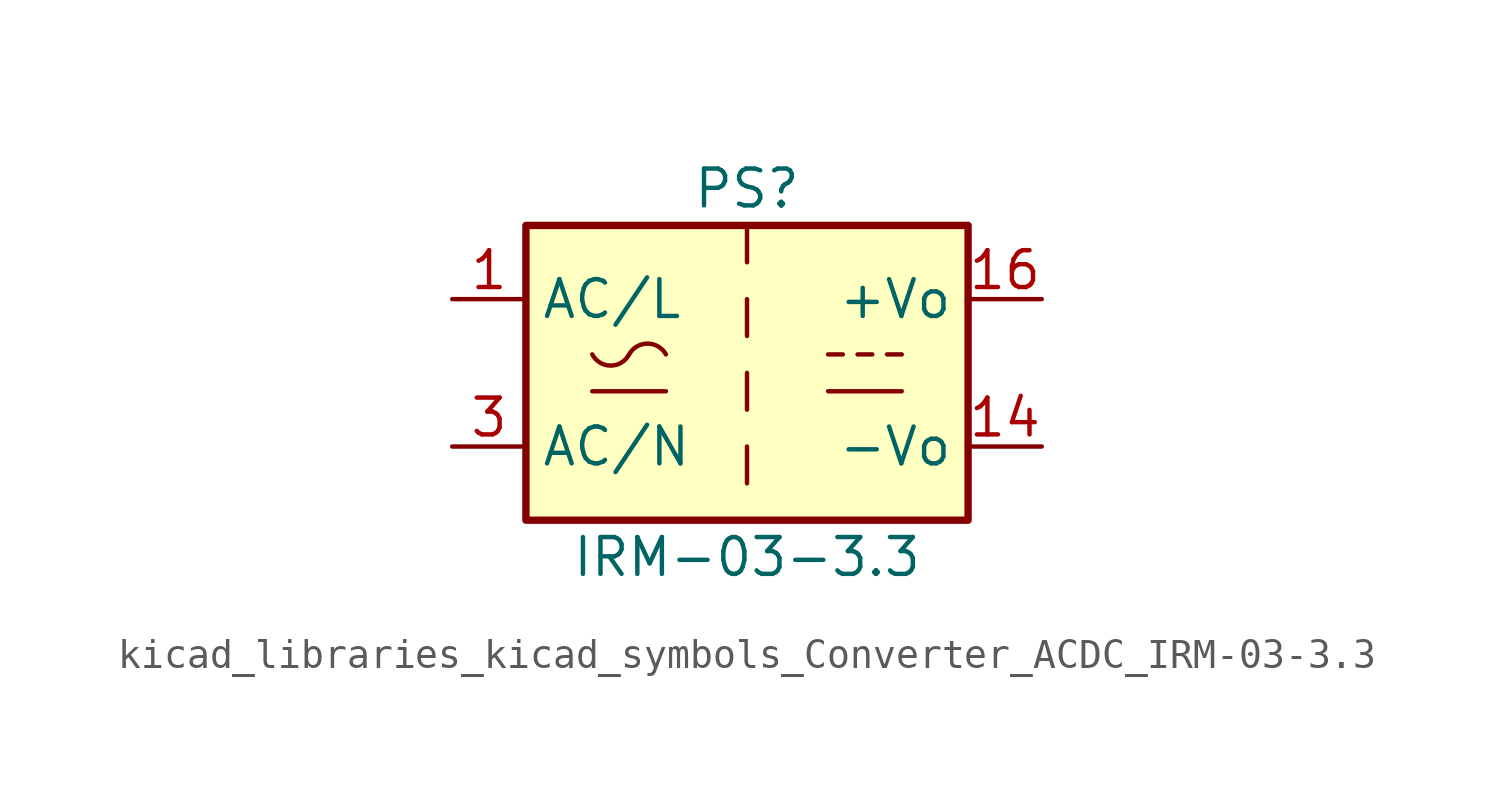
<source format=kicad_sym>
(kicad_symbol_lib
  (version 20220914)
  (generator kicad_symbol_editor)
  (symbol "kicad_libraries_kicad_symbols_Converter_ACDC_IRM-03-3.3"
    (property "Reference" "PS"
      (at 0 6.35 0)
      (effects (font (size 1.27 1.27))))
    (property "Value" "IRM-03-3.3"
      (at 0 -6.35 0)
      (effects (font (size 1.27 1.27))))
    (symbol "kicad_libraries_kicad_symbols_Converter_ACDC_IRM-03-3.3_0_1"
      (rectangle (start -7.62 5.08) (end 7.62 -5.08) (stroke (width 0.254) (type default)) (fill (type background)))
      (arc (start -5.334 0.635) (mid -4.699 0.2495) (end -4.064 0.635) (stroke (width 0) (type default)) (fill (type none)))
      (arc (start -2.794 0.635) (mid -3.429 1.0072) (end -4.064 0.635) (stroke (width 0) (type default)) (fill (type none)))
      (polyline (pts (xy -5.334 -0.635) (xy -2.794 -0.635)) (stroke (width 0) (type default)) (fill (type none)))
      (polyline (pts (xy 0 -2.54) (xy 0 -3.81)) (stroke (width 0) (type default)) (fill (type none)))
      (polyline (pts (xy 0 0) (xy 0 -1.27)) (stroke (width 0) (type default)) (fill (type none)))
      (polyline (pts (xy 0 2.54) (xy 0 1.27)) (stroke (width 0) (type default)) (fill (type none)))
      (polyline (pts (xy 0 5.08) (xy 0 3.81)) (stroke (width 0) (type default)) (fill (type none)))
      (polyline (pts (xy 2.794 -0.635) (xy 5.334 -0.635)) (stroke (width 0) (type default)) (fill (type none)))
      (polyline (pts (xy 2.794 0.635) (xy 3.302 0.635)) (stroke (width 0) (type default)) (fill (type none)))
      (polyline (pts (xy 3.81 0.635) (xy 4.318 0.635)) (stroke (width 0) (type default)) (fill (type none)))
      (polyline (pts (xy 4.826 0.635) (xy 5.334 0.635)) (stroke (width 0) (type default)) (fill (type none))))
    (symbol "kicad_libraries_kicad_symbols_Converter_ACDC_IRM-03-3.3_1_1"
      (pin power_in line (at -10.16 2.54 0) (length 2.54) (name "AC/L" (effects (font (size 1.27 1.27)))) (number "1" (effects (font (size 1.27 1.27)))))
      (pin power_out line (at 10.16 -2.54 180) (length 2.54) (name "-Vo" (effects (font (size 1.27 1.27)))) (number "14" (effects (font (size 1.27 1.27)))))
      (pin power_out line (at 10.16 2.54 180) (length 2.54) (name "+Vo" (effects (font (size 1.27 1.27)))) (number "16" (effects (font (size 1.27 1.27)))))
      (pin power_in line (at -10.16 -2.54 0) (length 2.54) (name "AC/N" (effects (font (size 1.27 1.27)))) (number "3" (effects (font (size 1.27 1.27)))))
      (pin no_connect line (at -7.62 0 0) (length 2.54) hide (name "NC" (effects (font (size 1.27 1.27)))) (number "5" (effects (font (size 1.27 1.27))))))))
</source>
